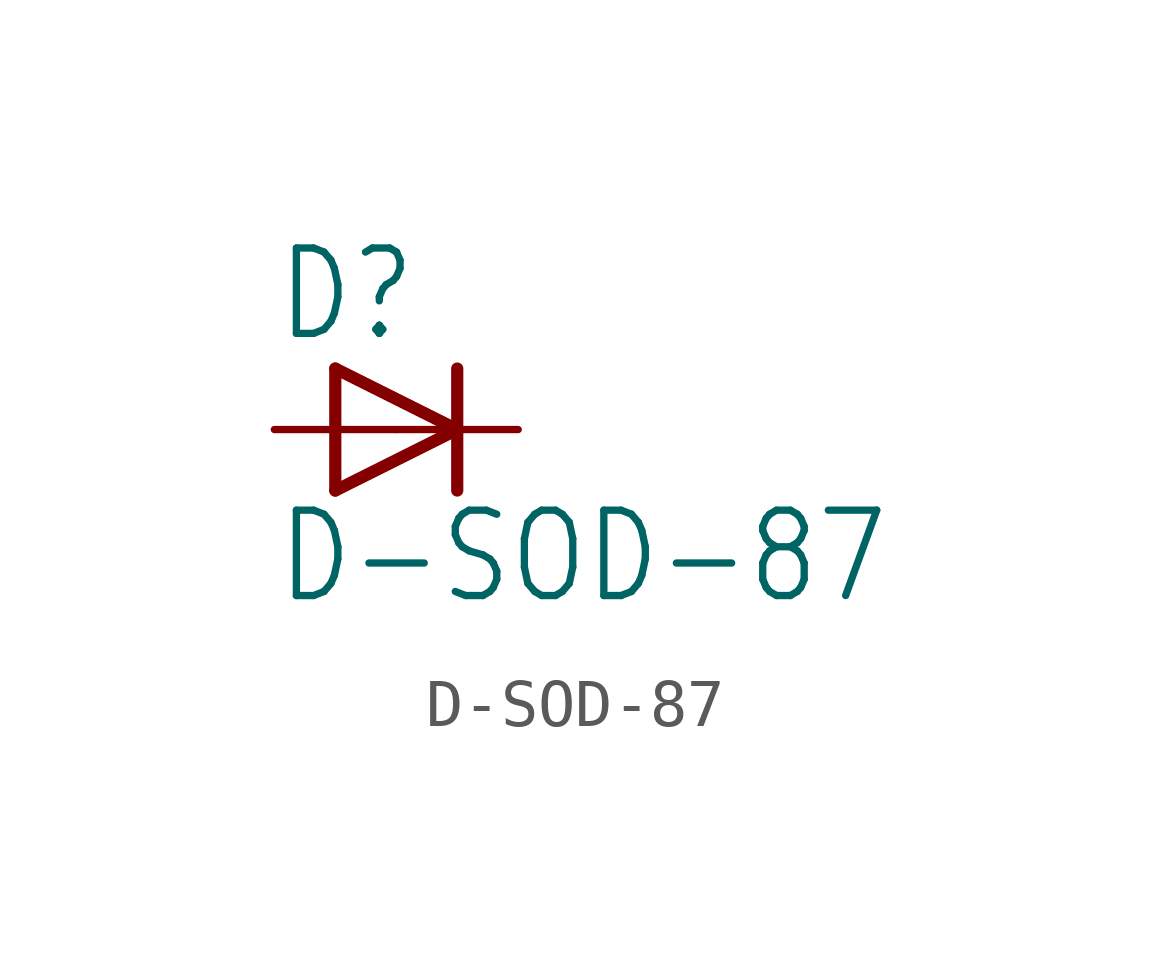
<source format=kicad_sym>
(kicad_symbol_lib
  (version 20211014)
  (generator kicad_symbol_editor)
  (symbol "D-SOD-87"
    (property "Reference" "D"
      (at -2.54 1.778 0)
      (effects (font (size 1.778 1.511)) (justify left bottom)))
    (property "Value" "D-SOD-87"
      (at -2.54 -3.683 0)
      (effects (font (size 1.778 1.511)) (justify left bottom)))
    (property "ki_locked" ""
      (at 0 0 0)
      (effects (font (size 1.27 1.27))))
    (symbol "D-SOD-87_1_0"
      (polyline (pts (xy -1.27 -1.27) (xy 1.27 0)) (stroke (width 0.254) (type default) (color 0 0 0 0)) (fill (type none)))
      (polyline (pts (xy -1.27 1.27) (xy -1.27 -1.27)) (stroke (width 0.254) (type default) (color 0 0 0 0)) (fill (type none)))
      (polyline (pts (xy 1.27 0) (xy -1.27 1.27)) (stroke (width 0.254) (type default) (color 0 0 0 0)) (fill (type none)))
      (polyline (pts (xy 1.27 0) (xy 1.27 -1.27)) (stroke (width 0.254) (type default) (color 0 0 0 0)) (fill (type none)))
      (polyline (pts (xy 1.27 1.27) (xy 1.27 0)) (stroke (width 0.254) (type default) (color 0 0 0 0)) (fill (type none)))
      (pin passive line (at 2.54 0 180) (length 2.54) (name "C" (effects (font (size 0 0)))) (number "1" (effects (font (size 0 0)))))
      (pin passive line (at -2.54 0 0) (length 2.54) (name "A" (effects (font (size 0 0)))) (number "2" (effects (font (size 0 0))))))))
</source>
